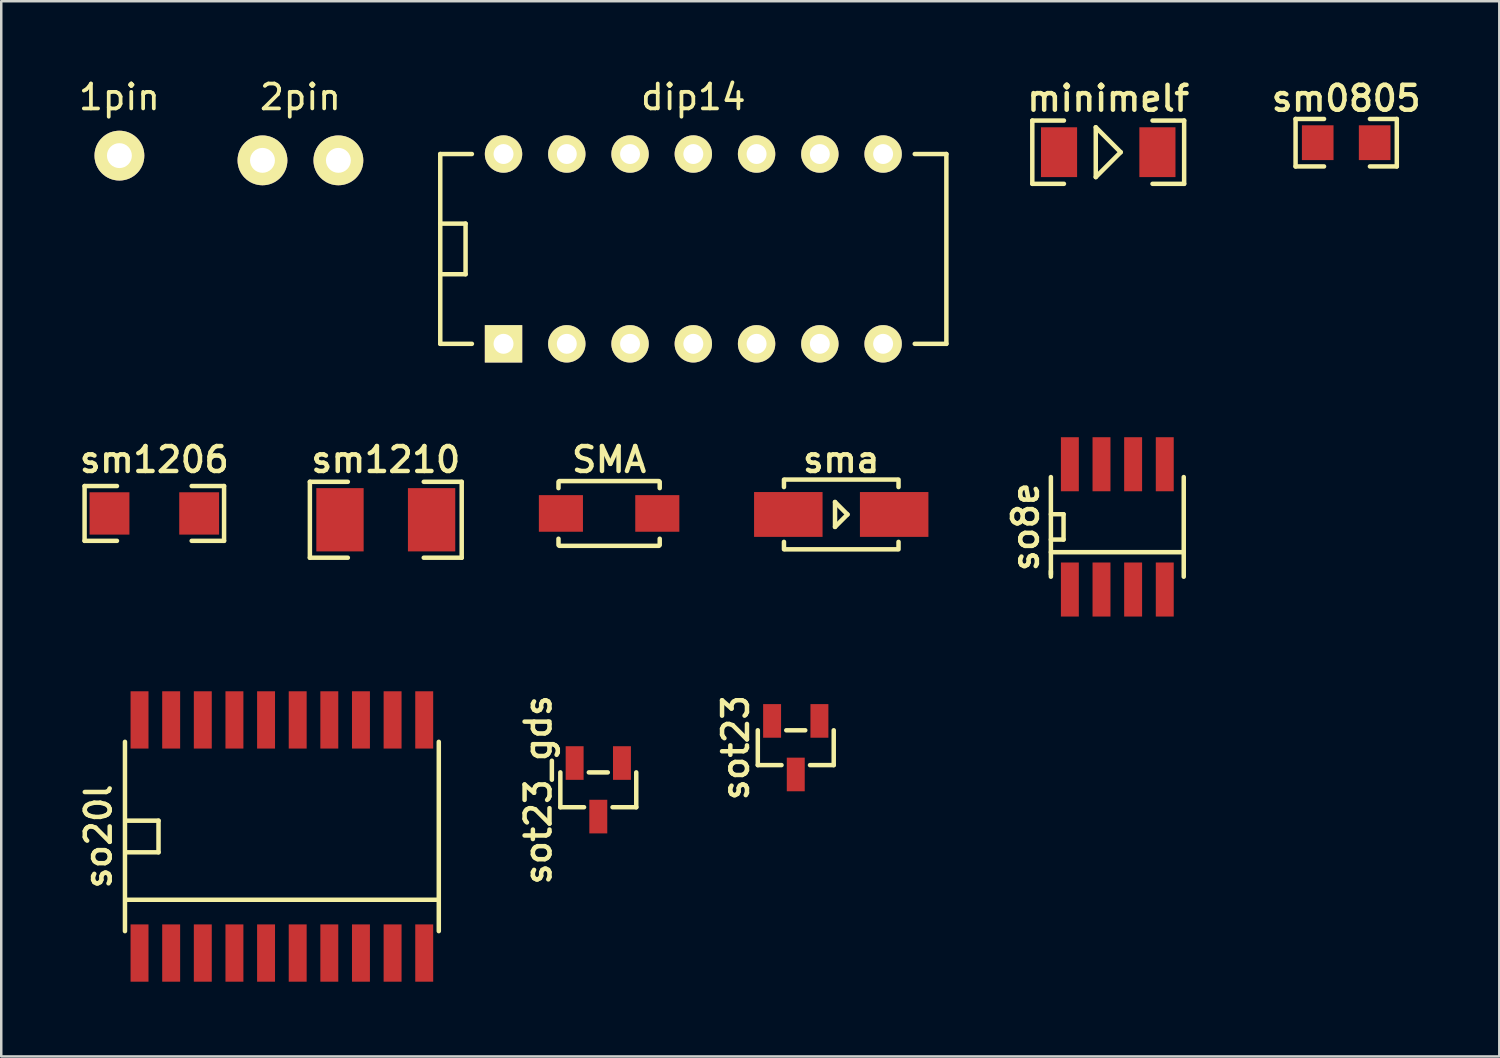
<source format=kicad_pcb>
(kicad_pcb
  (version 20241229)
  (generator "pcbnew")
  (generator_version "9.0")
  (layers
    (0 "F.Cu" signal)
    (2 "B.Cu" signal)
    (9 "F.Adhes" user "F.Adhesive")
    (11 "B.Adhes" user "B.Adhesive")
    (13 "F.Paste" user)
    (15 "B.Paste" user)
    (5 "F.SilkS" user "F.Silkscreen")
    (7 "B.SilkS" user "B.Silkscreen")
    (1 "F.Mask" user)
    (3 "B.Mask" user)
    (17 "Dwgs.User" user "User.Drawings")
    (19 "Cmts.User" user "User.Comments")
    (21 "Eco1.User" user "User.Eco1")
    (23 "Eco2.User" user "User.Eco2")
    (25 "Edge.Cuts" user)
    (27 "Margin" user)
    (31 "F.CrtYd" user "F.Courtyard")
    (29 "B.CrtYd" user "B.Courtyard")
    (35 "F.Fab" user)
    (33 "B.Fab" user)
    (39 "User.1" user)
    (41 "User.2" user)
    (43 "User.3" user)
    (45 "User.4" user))
  (footprint "sot23_gds"
    (layer "F.Cu")
    (at 20.971 28.66)
    (property "Reference" "sot23_gds" (at -2.413 0 90) (layer "F.SilkS") (effects (font (size 1 1) (thickness 0.18))))
    (attr smd)
    (fp_line (start -1.524 0.699) (end -0.572 0.699) (stroke (width 0.18) (type solid)) (layer "F.SilkS"))
    (fp_line (start -1.524 0.7) (end -1.524 -0.7) (stroke (width 0.18) (type solid)) (layer "F.SilkS"))
    (fp_line (start -0.381 -0.699) (end 0.381 -0.699) (stroke (width 0.18) (type solid)) (layer "F.SilkS"))
    (fp_line (start 1.524 -0.7) (end 1.524 0.7) (stroke (width 0.18) (type solid)) (layer "F.SilkS"))
    (fp_line (start 1.524 0.699) (end 0.572 0.699) (stroke (width 0.18) (type solid)) (layer "F.SilkS"))
    (pad "D" smd rect (at 0 1.075) (size 0.72 1.35) (layers "F.Cu" "F.Mask" "F.Paste"))
    (pad "G" smd rect (at 0.95 -1.075) (size 0.72 1.35) (layers "F.Cu" "F.Mask" "F.Paste"))
    (pad "S" smd rect (at -0.95 -1.075) (size 0.72 1.35) (layers "F.Cu" "F.Mask" "F.Paste")))
  (footprint "sm1210"
    (layer "F.Cu")
    (at 12.439 17.818)
    (property "Reference" "sm1210" (at 0 -2.413 0) (layer "F.SilkS") (effects (font (size 1 1) (thickness 0.18))))
    (attr smd)
    (fp_line (start -3.048 -1.524) (end -3.048 1.524) (stroke (width 0.18) (type solid)) (layer "F.SilkS"))
    (fp_line (start -3.048 1.524) (end -1.524 1.524) (stroke (width 0.18) (type solid)) (layer "F.SilkS"))
    (fp_line (start -1.524 -1.524) (end -3.048 -1.524) (stroke (width 0.18) (type solid)) (layer "F.SilkS"))
    (fp_line (start 1.524 1.524) (end 3.048 1.524) (stroke (width 0.18) (type solid)) (layer "F.SilkS"))
    (fp_line (start 3.048 -1.524) (end 1.524 -1.524) (stroke (width 0.18) (type solid)) (layer "F.SilkS"))
    (fp_line (start 3.048 -1.524) (end 3.048 1.524) (stroke (width 0.18) (type solid)) (layer "F.SilkS"))
    (pad "1" smd rect (at -1.839 0) (size 1.9 2.54) (layers "F.Cu" "F.Mask" "F.Paste"))
    (pad "2" smd rect (at 1.839 0) (size 1.9 2.54) (layers "F.Cu" "F.Mask" "F.Paste")))
  (footprint "so8e"
    (layer "F.Cu")
    (at 41.809 18.104)
    (property "Reference" "so8e" (at -3.683 0 90) (layer "F.SilkS") (effects (font (size 1 1) (thickness 0.18))))
    (attr smd)
    (fp_line (start -2.667 -2) (end -2.667 2) (stroke (width 0.18) (type solid)) (layer "F.SilkS"))
    (fp_line (start -2.667 -0.508) (end -2.159 -0.508) (stroke (width 0.18) (type solid)) (layer "F.SilkS"))
    (fp_line (start -2.667 1.016) (end 2.667 1.016) (stroke (width 0.18) (type solid)) (layer "F.SilkS"))
    (fp_line (start -2.667 1.778) (end -2.667 1.905) (stroke (width 0.18) (type solid)) (layer "F.SilkS"))
    (fp_line (start -2.159 -0.508) (end -2.159 0.508) (stroke (width 0.18) (type solid)) (layer "F.SilkS"))
    (fp_line (start -2.159 0.508) (end -2.667 0.508) (stroke (width 0.18) (type solid)) (layer "F.SilkS"))
    (fp_line (start 2.667 -2) (end 2.667 2) (stroke (width 0.18) (type solid)) (layer "F.SilkS"))
    (pad "1" smd rect (at -1.905 2.515) (size 0.72 2.17) (layers "F.Cu" "F.Mask" "F.Paste"))
    (pad "2" smd rect (at -0.635 2.515) (size 0.72 2.17) (layers "F.Cu" "F.Mask" "F.Paste"))
    (pad "3" smd rect (at 0.635 2.515) (size 0.72 2.17) (layers "F.Cu" "F.Mask" "F.Paste"))
    (pad "4" smd rect (at 1.905 2.515) (size 0.72 2.17) (layers "F.Cu" "F.Mask" "F.Paste"))
    (pad "5" smd rect (at 1.905 -2.515) (size 0.72 2.17) (layers "F.Cu" "F.Mask" "F.Paste"))
    (pad "6" smd rect (at 0.635 -2.515) (size 0.72 2.17) (layers "F.Cu" "F.Mask" "F.Paste"))
    (pad "7" smd rect (at -0.635 -2.515) (size 0.72 2.17) (layers "F.Cu" "F.Mask" "F.Paste"))
    (pad "8" smd rect (at -1.905 -2.515) (size 0.72 2.17) (layers "F.Cu" "F.Mask" "F.Paste")))
  (footprint "so20l"
    (layer "F.Cu")
    (at 8.267 30.534)
    (property "Reference" "so20l" (at -7.366 0 90) (layer "F.SilkS") (effects (font (size 1 1) (thickness 0.18))))
    (attr smd)
    (fp_line (start -6.3 -3.8) (end -6.3 3.8) (stroke (width 0.18) (type solid)) (layer "F.SilkS"))
    (fp_line (start -6.223 -0.635) (end -4.953 -0.635) (stroke (width 0.18) (type solid)) (layer "F.SilkS"))
    (fp_line (start -6.223 2.54) (end 6.223 2.54) (stroke (width 0.18) (type solid)) (layer "F.SilkS"))
    (fp_line (start -4.953 -0.635) (end -4.953 0.635) (stroke (width 0.18) (type solid)) (layer "F.SilkS"))
    (fp_line (start -4.953 0.635) (end -6.223 0.635) (stroke (width 0.18) (type solid)) (layer "F.SilkS"))
    (fp_line (start 6.3 3.8) (end 6.3 -3.8) (stroke (width 0.18) (type solid)) (layer "F.SilkS"))
    (pad "1" smd rect (at -5.715 4.68) (size 0.72 2.3) (layers "F.Cu" "F.Mask" "F.Paste"))
    (pad "2" smd rect (at -4.445 4.68) (size 0.72 2.3) (layers "F.Cu" "F.Mask" "F.Paste"))
    (pad "3" smd rect (at -3.175 4.68) (size 0.72 2.3) (layers "F.Cu" "F.Mask" "F.Paste"))
    (pad "4" smd rect (at -1.905 4.68) (size 0.72 2.3) (layers "F.Cu" "F.Mask" "F.Paste"))
    (pad "5" smd rect (at -0.635 4.68) (size 0.72 2.3) (layers "F.Cu" "F.Mask" "F.Paste"))
    (pad "6" smd rect (at 0.635 4.68) (size 0.72 2.3) (layers "F.Cu" "F.Mask" "F.Paste"))
    (pad "7" smd rect (at 1.905 4.68) (size 0.72 2.3) (layers "F.Cu" "F.Mask" "F.Paste"))
    (pad "8" smd rect (at 3.175 4.68) (size 0.72 2.3) (layers "F.Cu" "F.Mask" "F.Paste"))
    (pad "9" smd rect (at 4.445 4.68) (size 0.72 2.3) (layers "F.Cu" "F.Mask" "F.Paste"))
    (pad "10" smd rect (at 5.715 4.68) (size 0.72 2.3) (layers "F.Cu" "F.Mask" "F.Paste"))
    (pad "11" smd rect (at 5.715 -4.68) (size 0.72 2.3) (layers "F.Cu" "F.Mask" "F.Paste"))
    (pad "12" smd rect (at 4.445 -4.68) (size 0.72 2.3) (layers "F.Cu" "F.Mask" "F.Paste"))
    (pad "13" smd rect (at 3.175 -4.68) (size 0.72 2.3) (layers "F.Cu" "F.Mask" "F.Paste"))
    (pad "14" smd rect (at 1.905 -4.68) (size 0.72 2.3) (layers "F.Cu" "F.Mask" "F.Paste"))
    (pad "15" smd rect (at 0.635 -4.68) (size 0.72 2.3) (layers "F.Cu" "F.Mask" "F.Paste"))
    (pad "16" smd rect (at -0.635 -4.68) (size 0.72 2.3) (layers "F.Cu" "F.Mask" "F.Paste"))
    (pad "17" smd rect (at -1.905 -4.68) (size 0.72 2.3) (layers "F.Cu" "F.Mask" "F.Paste"))
    (pad "18" smd rect (at -3.175 -4.68) (size 0.72 2.3) (layers "F.Cu" "F.Mask" "F.Paste"))
    (pad "19" smd rect (at -4.445 -4.68) (size 0.72 2.3) (layers "F.Cu" "F.Mask" "F.Paste"))
    (pad "20" smd rect (at -5.715 -4.68) (size 0.72 2.3) (layers "F.Cu" "F.Mask" "F.Paste")))
  (footprint "minimelf"
    (layer "F.Cu")
    (at 41.444 3.06)
    (property "Reference" "minimelf" (at 0 -2.159 0) (layer "F.SilkS") (effects (font (size 1 1) (thickness 0.18))))
    (attr through_hole)
    (fp_line (start -3.048 -1.27) (end -3.048 1.27) (stroke (width 0.18) (type solid)) (layer "F.SilkS"))
    (fp_line (start -3.048 1.27) (end -1.778 1.27) (stroke (width 0.18) (type solid)) (layer "F.SilkS"))
    (fp_line (start -1.778 -1.27) (end -3.048 -1.27) (stroke (width 0.18) (type solid)) (layer "F.SilkS"))
    (fp_line (start -0.5 -1) (end -0.5 1) (stroke (width 0.18) (type solid)) (layer "F.SilkS"))
    (fp_line (start -0.5 1) (end 0.5 0) (stroke (width 0.18) (type solid)) (layer "F.SilkS"))
    (fp_line (start 0.5 0) (end -0.5 -1) (stroke (width 0.18) (type solid)) (layer "F.SilkS"))
    (fp_line (start 1.778 -1.27) (end 3.048 -1.27) (stroke (width 0.18) (type solid)) (layer "F.SilkS"))
    (fp_line (start 3.048 -1.27) (end 3.048 1.27) (stroke (width 0.18) (type solid)) (layer "F.SilkS"))
    (fp_line (start 3.048 1.27) (end 1.778 1.27) (stroke (width 0.18) (type solid)) (layer "F.SilkS"))
    (pad "1" smd rect (at -1.975 0) (size 1.45 2) (layers "F.Cu" "F.Mask" "F.Paste"))
    (pad "2" smd rect (at 1.975 0) (size 1.45 2) (layers "F.Cu" "F.Mask" "F.Paste")))
  (footprint "1pin"
    (layer "F.Cu")
    (at 1.744 3.198)
    (property "Reference" "1pin" (at 0 -2.349 0) (layer "F.SilkS") (effects (font (size 1 1) (thickness 0.15))))
    (attr through_hole)
    (pad "1" thru_hole circle (at 0 0) (size 2 2) (drill 1) (layers "*.Cu" "*.Mask" "F.SilkS")))
  (footprint "sm1206"
    (layer "F.Cu")
    (at 3.146 17.564)
    (property "Reference" "sm1206" (at 0 -2.159 0) (layer "F.SilkS") (effects (font (size 1 1) (thickness 0.18))))
    (attr smd)
    (fp_line (start -2.8 -1.1) (end -2.8 1.1) (stroke (width 0.18) (type solid)) (layer "F.SilkS"))
    (fp_line (start -2.8 1.1) (end -1.5 1.1) (stroke (width 0.18) (type solid)) (layer "F.SilkS"))
    (fp_line (start -1.5 -1.1) (end -2.8 -1.1) (stroke (width 0.18) (type solid)) (layer "F.SilkS"))
    (fp_line (start 1.5 -1.1) (end 2.8 -1.1) (stroke (width 0.18) (type solid)) (layer "F.SilkS"))
    (fp_line (start 2.8 -1.1) (end 2.8 1.1) (stroke (width 0.18) (type solid)) (layer "F.SilkS"))
    (fp_line (start 2.8 1.1) (end 1.5 1.1) (stroke (width 0.18) (type solid)) (layer "F.SilkS"))
    (pad "1" smd rect (at -1.8 0) (size 1.6 1.7) (layers "F.Cu" "F.Mask" "F.Paste"))
    (pad "2" smd rect (at 1.8 0) (size 1.6 1.7) (layers "F.Cu" "F.Mask" "F.Paste")))
  (footprint "dip14"
    (layer "F.Cu")
    (at 24.786 6.944)
    (property "Reference" "dip14" (at 0 -6.096 0) (layer "F.SilkS") (effects (font (size 1 1) (thickness 0.15))))
    (attr through_hole)
    (fp_line (start -10.16 -3.81) (end -10.16 3.81) (stroke (width 0.18) (type solid)) (layer "F.SilkS"))
    (fp_line (start -10.16 -1.016) (end -9.144 -1.016) (stroke (width 0.18) (type solid)) (layer "F.SilkS"))
    (fp_line (start -10.16 3.81) (end -8.89 3.81) (stroke (width 0.18) (type solid)) (layer "F.SilkS"))
    (fp_line (start -9.144 -1.016) (end -9.144 1.016) (stroke (width 0.18) (type solid)) (layer "F.SilkS"))
    (fp_line (start -9.144 1.016) (end -10.16 1.016) (stroke (width 0.18) (type solid)) (layer "F.SilkS"))
    (fp_line (start -8.89 -3.81) (end -10.16 -3.81) (stroke (width 0.18) (type solid)) (layer "F.SilkS"))
    (fp_line (start 8.89 -3.81) (end 10.16 -3.81) (stroke (width 0.18) (type solid)) (layer "F.SilkS"))
    (fp_line (start 10.16 -3.81) (end 10.16 3.81) (stroke (width 0.18) (type solid)) (layer "F.SilkS"))
    (fp_line (start 10.16 3.81) (end 8.89 3.81) (stroke (width 0.18) (type solid)) (layer "F.SilkS"))
    (pad "1" thru_hole rect (at -7.62 3.81) (size 1.5 1.5) (drill 0.8) (layers "*.Cu" "*.Mask" "F.SilkS"))
    (pad "2" thru_hole circle (at -5.08 3.81) (size 1.5 1.5) (drill 0.8) (layers "*.Cu" "*.Mask" "F.SilkS"))
    (pad "3" thru_hole circle (at -2.54 3.81) (size 1.5 1.5) (drill 0.8) (layers "*.Cu" "*.Mask" "F.SilkS"))
    (pad "4" thru_hole circle (at 0 3.81) (size 1.5 1.5) (drill 0.8) (layers "*.Cu" "*.Mask" "F.SilkS"))
    (pad "5" thru_hole circle (at 2.54 3.81) (size 1.5 1.5) (drill 0.8) (layers "*.Cu" "*.Mask" "F.SilkS"))
    (pad "6" thru_hole circle (at 5.08 3.81) (size 1.5 1.5) (drill 0.8) (layers "*.Cu" "*.Mask" "F.SilkS"))
    (pad "7" thru_hole circle (at 7.62 3.81) (size 1.5 1.5) (drill 0.8) (layers "*.Cu" "*.Mask" "F.SilkS"))
    (pad "8" thru_hole circle (at 7.62 -3.81) (size 1.5 1.5) (drill 0.8) (layers "*.Cu" "*.Mask" "F.SilkS"))
    (pad "9" thru_hole circle (at 5.08 -3.81) (size 1.5 1.5) (drill 0.8) (layers "*.Cu" "*.Mask" "F.SilkS"))
    (pad "10" thru_hole circle (at 2.54 -3.81) (size 1.5 1.5) (drill 0.8) (layers "*.Cu" "*.Mask" "F.SilkS"))
    (pad "11" thru_hole circle (at 0 -3.81) (size 1.5 1.5) (drill 0.8) (layers "*.Cu" "*.Mask" "F.SilkS"))
    (pad "12" thru_hole circle (at -2.54 -3.81) (size 1.5 1.5) (drill 0.8) (layers "*.Cu" "*.Mask" "F.SilkS"))
    (pad "13" thru_hole circle (at -5.08 -3.81) (size 1.5 1.5) (drill 0.8) (layers "*.Cu" "*.Mask" "F.SilkS"))
    (pad "14" thru_hole circle (at -7.62 -3.81) (size 1.5 1.5) (drill 0.8) (layers "*.Cu" "*.Mask" "F.SilkS")))
  (footprint "2pin"
    (layer "F.Cu")
    (at 9.012 3.388)
    (property "Reference" "2pin" (at 0 -2.54 0) (layer "F.SilkS") (effects (font (size 1 1) (thickness 0.15))))
    (attr through_hole)
    (pad "1" thru_hole circle (at -1.524 0) (size 2 2) (drill 1) (layers "*.Cu" "*.Mask" "F.SilkS"))
    (pad "2" thru_hole circle (at 1.524 0) (size 2 2) (drill 1) (layers "*.Cu" "*.Mask" "F.SilkS")))
  (footprint "sma"
    (layer "F.Cu")
    (at 30.725 17.605)
    (property "Reference" "sma" (at 0 -2.2 0) (layer "F.SilkS") (effects (font (size 1 1) (thickness 0.18))))
    (attr through_hole)
    (fp_line (start -2.3 -1.4) (end -2.3 -1.1) (stroke (width 0.18) (type solid)) (layer "F.SilkS"))
    (fp_line (start -2.3 1.4) (end -2.3 1.1) (stroke (width 0.18) (type solid)) (layer "F.SilkS"))
    (fp_line (start -2.25 1.4) (end 2.25 1.4) (stroke (width 0.18) (type solid)) (layer "F.SilkS"))
    (fp_line (start -0.25 -0.5) (end 0.25 0) (stroke (width 0.18) (type solid)) (layer "F.SilkS"))
    (fp_line (start -0.25 0.5) (end -0.25 -0.5) (stroke (width 0.18) (type solid)) (layer "F.SilkS"))
    (fp_line (start 0.25 0) (end -0.25 0.5) (stroke (width 0.18) (type solid)) (layer "F.SilkS"))
    (fp_line (start 2.25 -1.4) (end -2.25 -1.4) (stroke (width 0.18) (type solid)) (layer "F.SilkS"))
    (fp_line (start 2.3 -1.4) (end 2.3 -1.1) (stroke (width 0.18) (type solid)) (layer "F.SilkS"))
    (fp_line (start 2.3 1.4) (end 2.3 1.1) (stroke (width 0.18) (type solid)) (layer "F.SilkS"))
    (pad "1" smd rect (at -2.125 0) (size 2.75 1.8) (layers "F.Cu" "F.Mask" "F.Paste"))
    (pad "2" smd rect (at 2.125 0) (size 2.75 1.8) (layers "F.Cu" "F.Mask" "F.Paste")))
  (footprint "SMA"
    (layer "F.Cu")
    (at 21.405 17.564)
    (property "Reference" "SMA" (at 0 -2.159 0) (layer "F.SilkS") (effects (font (size 1 1) (thickness 0.18))))
    (attr through_hole)
    (fp_line (start -2.032 -1.27) (end -2.032 -1.016) (stroke (width 0.18) (type solid)) (layer "F.SilkS"))
    (fp_line (start -2.032 1.27) (end -2.032 1.016) (stroke (width 0.18) (type solid)) (layer "F.SilkS"))
    (fp_line (start -2 1.3) (end 2 1.3) (stroke (width 0.18) (type solid)) (layer "F.SilkS"))
    (fp_line (start 2 -1.3) (end -2 -1.3) (stroke (width 0.18) (type solid)) (layer "F.SilkS"))
    (fp_line (start 2.032 -1.27) (end 2.032 -1.016) (stroke (width 0.18) (type solid)) (layer "F.SilkS"))
    (fp_line (start 2.032 1.27) (end 2.032 1.016) (stroke (width 0.18) (type solid)) (layer "F.SilkS"))
    (pad "1" smd rect (at -1.935 0) (size 1.77 1.47) (layers "F.Cu" "F.Mask" "F.Paste"))
    (pad "2" smd rect (at 1.935 0) (size 1.77 1.47) (layers "F.Cu" "F.Mask" "F.Paste")))
  (footprint "sm0805"
    (layer "F.Cu")
    (at 50.998 2.679)
    (property "Reference" "sm0805" (at 0 -1.778 0) (layer "F.SilkS") (effects (font (size 1 1) (thickness 0.18))))
    (attr smd)
    (fp_line (start -2.032 -0.953) (end -2.032 0.953) (stroke (width 0.18) (type solid)) (layer "F.SilkS"))
    (fp_line (start -2.032 0.953) (end -0.889 0.953) (stroke (width 0.18) (type solid)) (layer "F.SilkS"))
    (fp_line (start -0.889 -0.953) (end -2.032 -0.953) (stroke (width 0.18) (type solid)) (layer "F.SilkS"))
    (fp_line (start 0.953 -0.953) (end 2.032 -0.953) (stroke (width 0.18) (type solid)) (layer "F.SilkS"))
    (fp_line (start 2.032 -0.953) (end 2.032 0.953) (stroke (width 0.18) (type solid)) (layer "F.SilkS"))
    (fp_line (start 2.032 0.953) (end 0.953 0.953) (stroke (width 0.18) (type solid)) (layer "F.SilkS"))
    (pad "1" smd rect (at -1.143 0) (size 1.27 1.397) (layers "F.Cu" "F.Mask" "F.Paste"))
    (pad "2" smd rect (at 1.143 0) (size 1.27 1.397) (layers "F.Cu" "F.Mask" "F.Paste")))
  (footprint "sot23"
    (layer "F.Cu")
    (at 28.899 26.969)
    (property "Reference" "sot23" (at -2.413 0 90) (layer "F.SilkS") (effects (font (size 1 1) (thickness 0.18))))
    (attr smd)
    (fp_line (start -1.524 0.699) (end -0.572 0.699) (stroke (width 0.18) (type solid)) (layer "F.SilkS"))
    (fp_line (start -1.524 0.7) (end -1.524 -0.7) (stroke (width 0.18) (type solid)) (layer "F.SilkS"))
    (fp_line (start -0.381 -0.699) (end 0.381 -0.699) (stroke (width 0.18) (type solid)) (layer "F.SilkS"))
    (fp_line (start 1.524 -0.7) (end 1.524 0.7) (stroke (width 0.18) (type solid)) (layer "F.SilkS"))
    (fp_line (start 1.524 0.699) (end 0.572 0.699) (stroke (width 0.18) (type solid)) (layer "F.SilkS"))
    (pad "1" smd rect (at 0.95 -1.075) (size 0.72 1.35) (layers "F.Cu" "F.Mask" "F.Paste"))
    (pad "2" smd rect (at -0.95 -1.075) (size 0.72 1.35) (layers "F.Cu" "F.Mask" "F.Paste"))
    (pad "3" smd rect (at 0 1.075) (size 0.72 1.35) (layers "F.Cu" "F.Mask" "F.Paste")))
  (gr_rect
    (start -3 -3)
    (end 57.145 39.364)
    (stroke (width 0.1) (type default))
    (fill no)
    (layer "Edge.Cuts")))
</source>
